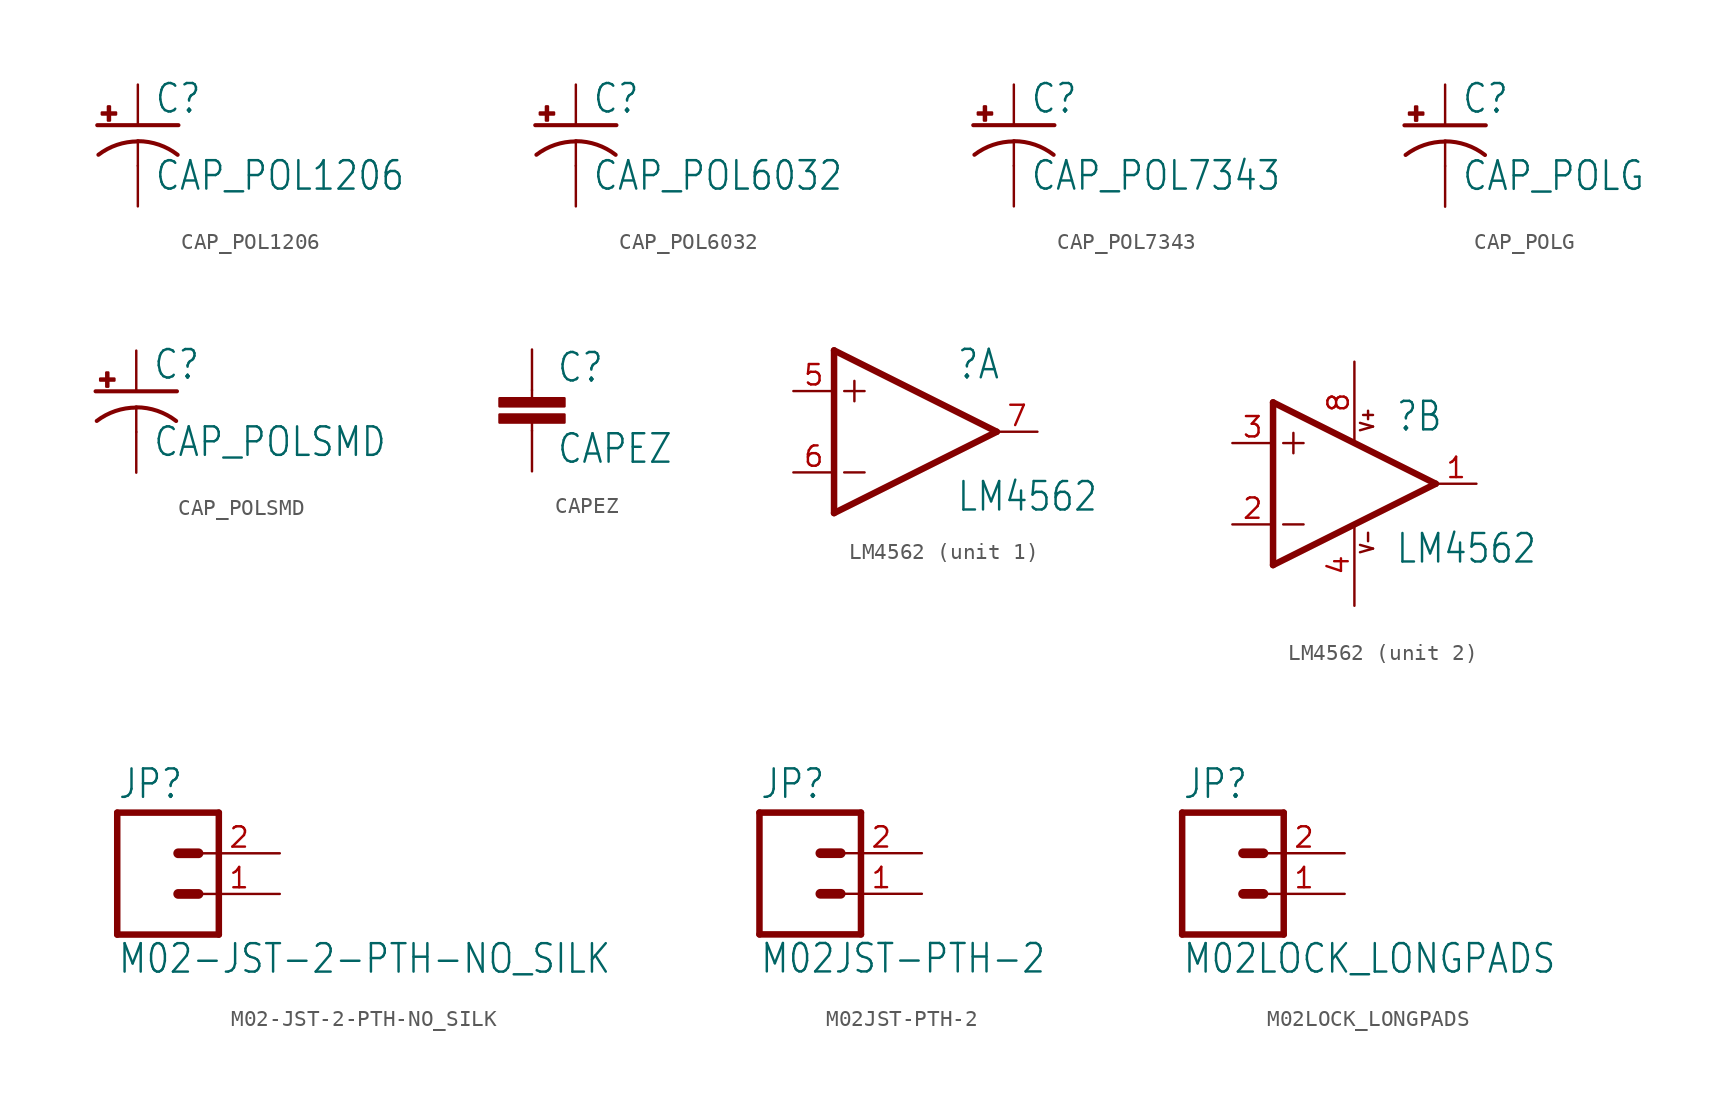
<source format=kicad_sym>
(kicad_symbol_lib
  (version 20211014)
  (generator kicad_symbol_editor)
  (symbol "CAP_POL1206"
    (property "Reference" "C"
      (at 1.016 0.635 0)
      (effects (font (size 1.778 1.511)) (justify left bottom)))
    (property "Value" "CAP_POL1206"
      (at 1.016 -4.191 0)
      (effects (font (size 1.778 1.511)) (justify left bottom)))
    (property "ki_locked" ""
      (at 0 0 0)
      (effects (font (size 1.27 1.27))))
    (symbol "CAP_POL1206_1_0"
      (rectangle (start -2.253 0.668) (end -1.364 0.795) (stroke (width 0) (type default) (color 0 0 0 0)) (fill (type outline)))
      (rectangle (start -1.872 0.287) (end -1.745 1.176) (stroke (width 0) (type default) (color 0 0 0 0)) (fill (type outline)))
      (arc (start 0 -1.0161) (mid -1.3021 -1.2302) (end -2.4669 -1.8504) (stroke (width 0.254) (type default) (color 0 0 0 0)) (fill (type none)))
      (polyline (pts (xy -2.54 0) (xy 2.54 0)) (stroke (width 0.254) (type default) (color 0 0 0 0)) (fill (type none)))
      (polyline (pts (xy 0 -1.016) (xy 0 -2.54)) (stroke (width 0.152) (type default) (color 0 0 0 0)) (fill (type none)))
      (arc (start 2.4892 -1.8542) (mid 1.3158 -1.2195) (end 0 -1) (stroke (width 0.254) (type default) (color 0 0 0 0)) (fill (type none)))
      (pin passive line (at 0 2.54 270) (length 2.54) (name "+" (effects (font (size 0 0)))) (number "A" (effects (font (size 0 0)))))
      (pin passive line (at 0 -5.08 90) (length 2.54) (name "-" (effects (font (size 0 0)))) (number "C" (effects (font (size 0 0)))))))
  (symbol "CAP_POL6032"
    (property "Reference" "C"
      (at 1.016 0.635 0)
      (effects (font (size 1.778 1.511)) (justify left bottom)))
    (property "Value" "CAP_POL6032"
      (at 1.016 -4.191 0)
      (effects (font (size 1.778 1.511)) (justify left bottom)))
    (property "ki_locked" ""
      (at 0 0 0)
      (effects (font (size 1.27 1.27))))
    (symbol "CAP_POL6032_1_0"
      (rectangle (start -2.253 0.668) (end -1.364 0.795) (stroke (width 0) (type default) (color 0 0 0 0)) (fill (type outline)))
      (rectangle (start -1.872 0.287) (end -1.745 1.176) (stroke (width 0) (type default) (color 0 0 0 0)) (fill (type outline)))
      (arc (start 0 -1.0161) (mid -1.3021 -1.2302) (end -2.4669 -1.8504) (stroke (width 0.254) (type default) (color 0 0 0 0)) (fill (type none)))
      (polyline (pts (xy -2.54 0) (xy 2.54 0)) (stroke (width 0.254) (type default) (color 0 0 0 0)) (fill (type none)))
      (polyline (pts (xy 0 -1.016) (xy 0 -2.54)) (stroke (width 0.152) (type default) (color 0 0 0 0)) (fill (type none)))
      (arc (start 2.4892 -1.8542) (mid 1.3158 -1.2195) (end 0 -1) (stroke (width 0.254) (type default) (color 0 0 0 0)) (fill (type none)))
      (pin passive line (at 0 2.54 270) (length 2.54) (name "+" (effects (font (size 0 0)))) (number "P$1" (effects (font (size 0 0)))))
      (pin passive line (at 0 -5.08 90) (length 2.54) (name "-" (effects (font (size 0 0)))) (number "P$2" (effects (font (size 0 0)))))))
  (symbol "CAP_POL7343"
    (property "Reference" "C"
      (at 1.016 0.635 0)
      (effects (font (size 1.778 1.511)) (justify left bottom)))
    (property "Value" "CAP_POL7343"
      (at 1.016 -4.191 0)
      (effects (font (size 1.778 1.511)) (justify left bottom)))
    (property "ki_locked" ""
      (at 0 0 0)
      (effects (font (size 1.27 1.27))))
    (symbol "CAP_POL7343_1_0"
      (rectangle (start -2.253 0.668) (end -1.364 0.795) (stroke (width 0) (type default) (color 0 0 0 0)) (fill (type outline)))
      (rectangle (start -1.872 0.287) (end -1.745 1.176) (stroke (width 0) (type default) (color 0 0 0 0)) (fill (type outline)))
      (arc (start 0 -1.0161) (mid -1.3021 -1.2302) (end -2.4669 -1.8504) (stroke (width 0.254) (type default) (color 0 0 0 0)) (fill (type none)))
      (polyline (pts (xy -2.54 0) (xy 2.54 0)) (stroke (width 0.254) (type default) (color 0 0 0 0)) (fill (type none)))
      (polyline (pts (xy 0 -1.016) (xy 0 -2.54)) (stroke (width 0.152) (type default) (color 0 0 0 0)) (fill (type none)))
      (arc (start 2.4892 -1.8542) (mid 1.3158 -1.2195) (end 0 -1) (stroke (width 0.254) (type default) (color 0 0 0 0)) (fill (type none)))
      (pin passive line (at 0 2.54 270) (length 2.54) (name "+" (effects (font (size 0 0)))) (number "A" (effects (font (size 0 0)))))
      (pin passive line (at 0 -5.08 90) (length 2.54) (name "-" (effects (font (size 0 0)))) (number "C" (effects (font (size 0 0)))))))
  (symbol "CAP_POLG"
    (property "Reference" "C"
      (at 1.016 0.635 0)
      (effects (font (size 1.778 1.511)) (justify left bottom)))
    (property "Value" "CAP_POLG"
      (at 1.016 -4.191 0)
      (effects (font (size 1.778 1.511)) (justify left bottom)))
    (property "ki_locked" ""
      (at 0 0 0)
      (effects (font (size 1.27 1.27))))
    (symbol "CAP_POLG_1_0"
      (rectangle (start -2.253 0.668) (end -1.364 0.795) (stroke (width 0) (type default) (color 0 0 0 0)) (fill (type outline)))
      (rectangle (start -1.872 0.287) (end -1.745 1.176) (stroke (width 0) (type default) (color 0 0 0 0)) (fill (type outline)))
      (arc (start 0 -1.0161) (mid -1.3021 -1.2302) (end -2.4669 -1.8504) (stroke (width 0.254) (type default) (color 0 0 0 0)) (fill (type none)))
      (polyline (pts (xy -2.54 0) (xy 2.54 0)) (stroke (width 0.254) (type default) (color 0 0 0 0)) (fill (type none)))
      (polyline (pts (xy 0 -1.016) (xy 0 -2.54)) (stroke (width 0.152) (type default) (color 0 0 0 0)) (fill (type none)))
      (arc (start 2.4892 -1.8542) (mid 1.3158 -1.2195) (end 0 -1) (stroke (width 0.254) (type default) (color 0 0 0 0)) (fill (type none)))
      (pin passive line (at 0 2.54 270) (length 2.54) (name "+" (effects (font (size 0 0)))) (number "+" (effects (font (size 0 0)))))
      (pin passive line (at 0 -5.08 90) (length 2.54) (name "-" (effects (font (size 0 0)))) (number "-" (effects (font (size 0 0)))))))
  (symbol "CAP_POLSMD"
    (property "Reference" "C"
      (at 1.016 0.635 0)
      (effects (font (size 1.778 1.511)) (justify left bottom)))
    (property "Value" "CAP_POLSMD"
      (at 1.016 -4.191 0)
      (effects (font (size 1.778 1.511)) (justify left bottom)))
    (property "ki_locked" ""
      (at 0 0 0)
      (effects (font (size 1.27 1.27))))
    (symbol "CAP_POLSMD_1_0"
      (rectangle (start -2.253 0.668) (end -1.364 0.795) (stroke (width 0) (type default) (color 0 0 0 0)) (fill (type outline)))
      (rectangle (start -1.872 0.287) (end -1.745 1.176) (stroke (width 0) (type default) (color 0 0 0 0)) (fill (type outline)))
      (arc (start 0 -1.0161) (mid -1.3021 -1.2302) (end -2.4669 -1.8504) (stroke (width 0.254) (type default) (color 0 0 0 0)) (fill (type none)))
      (polyline (pts (xy -2.54 0) (xy 2.54 0)) (stroke (width 0.254) (type default) (color 0 0 0 0)) (fill (type none)))
      (polyline (pts (xy 0 -1.016) (xy 0 -2.54)) (stroke (width 0.152) (type default) (color 0 0 0 0)) (fill (type none)))
      (arc (start 2.4892 -1.8542) (mid 1.3158 -1.2195) (end 0 -1) (stroke (width 0.254) (type default) (color 0 0 0 0)) (fill (type none)))
      (pin passive line (at 0 2.54 270) (length 2.54) (name "+" (effects (font (size 0 0)))) (number "+" (effects (font (size 0 0)))))
      (pin passive line (at 0 -5.08 90) (length 2.54) (name "-" (effects (font (size 0 0)))) (number "-" (effects (font (size 0 0)))))))
  (symbol "CAPEZ"
    (property "Reference" "C"
      (at 1.524 2.921 0)
      (effects (font (size 1.778 1.511)) (justify left bottom)))
    (property "Value" "CAPEZ"
      (at 1.524 -2.159 0)
      (effects (font (size 1.778 1.511)) (justify left bottom)))
    (property "ki_locked" ""
      (at 0 0 0)
      (effects (font (size 1.27 1.27))))
    (symbol "CAPEZ_1_0"
      (rectangle (start -2.032 0.508) (end 2.032 1.016) (stroke (width 0) (type default) (color 0 0 0 0)) (fill (type outline)))
      (rectangle (start -2.032 1.524) (end 2.032 2.032) (stroke (width 0) (type default) (color 0 0 0 0)) (fill (type outline)))
      (polyline (pts (xy 0 0) (xy 0 0.508)) (stroke (width 0.152) (type default) (color 0 0 0 0)) (fill (type none)))
      (polyline (pts (xy 0 2.54) (xy 0 2.032)) (stroke (width 0.152) (type default) (color 0 0 0 0)) (fill (type none)))
      (pin passive line (at 0 5.08 270) (length 2.54) (name "1" (effects (font (size 0 0)))) (number "1" (effects (font (size 0 0)))))
      (pin passive line (at 0 -2.54 90) (length 2.54) (name "2" (effects (font (size 0 0)))) (number "2" (effects (font (size 0 0)))))))
  (symbol "LM4562"
    (property "Reference" ""
      (at 2.54 3.175 0)
      (effects (font (size 1.778 1.511)) (justify left bottom)))
    (property "Value" "LM4562"
      (at 2.54 -5.08 0)
      (effects (font (size 1.778 1.511)) (justify left bottom)))
    (property "ki_locked" ""
      (at 0 0 0)
      (effects (font (size 1.27 1.27))))
    (symbol "LM4562_1_0"
      (polyline (pts (xy -5.08 -5.08) (xy 5.08 0)) (stroke (width 0.406) (type default) (color 0 0 0 0)) (fill (type none)))
      (polyline (pts (xy -5.08 5.08) (xy -5.08 -5.08)) (stroke (width 0.406) (type default) (color 0 0 0 0)) (fill (type none)))
      (polyline (pts (xy -4.445 -2.54) (xy -3.175 -2.54)) (stroke (width 0.152) (type default) (color 0 0 0 0)) (fill (type none)))
      (polyline (pts (xy -4.445 2.54) (xy -3.175 2.54)) (stroke (width 0.152) (type default) (color 0 0 0 0)) (fill (type none)))
      (polyline (pts (xy -3.81 3.175) (xy -3.81 1.905)) (stroke (width 0.152) (type default) (color 0 0 0 0)) (fill (type none)))
      (polyline (pts (xy 5.08 0) (xy -5.08 5.08)) (stroke (width 0.406) (type default) (color 0 0 0 0)) (fill (type none)))
      (pin input line (at -7.62 2.54 0) (length 2.54) (name "+IN" (effects (font (size 0 0)))) (number "5" (effects (font (size 1.27 1.27)))))
      (pin input line (at -7.62 -2.54 0) (length 2.54) (name "-IN" (effects (font (size 0 0)))) (number "6" (effects (font (size 1.27 1.27)))))
      (pin output line (at 7.62 0 180) (length 2.54) (name "OUT" (effects (font (size 0 0)))) (number "7" (effects (font (size 1.27 1.27))))))
    (symbol "LM4562_2_0"
      (polyline (pts (xy -5.08 -5.08) (xy 5.08 0)) (stroke (width 0.406) (type default) (color 0 0 0 0)) (fill (type none)))
      (polyline (pts (xy -5.08 5.08) (xy -5.08 -5.08)) (stroke (width 0.406) (type default) (color 0 0 0 0)) (fill (type none)))
      (polyline (pts (xy -4.445 -2.54) (xy -3.175 -2.54)) (stroke (width 0.152) (type default) (color 0 0 0 0)) (fill (type none)))
      (polyline (pts (xy -4.445 2.54) (xy -3.175 2.54)) (stroke (width 0.152) (type default) (color 0 0 0 0)) (fill (type none)))
      (polyline (pts (xy -3.81 3.175) (xy -3.81 1.905)) (stroke (width 0.152) (type default) (color 0 0 0 0)) (fill (type none)))
      (polyline (pts (xy 5.08 0) (xy -5.08 5.08)) (stroke (width 0.406) (type default) (color 0 0 0 0)) (fill (type none)))
      (text "V+" (at 1.27 3.175 900) (effects (font (size 0.813 0.691)) (justify left bottom)))
      (text "V-" (at 1.27 -4.445 900) (effects (font (size 0.813 0.691)) (justify left bottom)))
      (pin output line (at 7.62 0 180) (length 2.54) (name "OUT" (effects (font (size 0 0)))) (number "1" (effects (font (size 1.27 1.27)))))
      (pin input line (at -7.62 -2.54 0) (length 2.54) (name "-IN" (effects (font (size 0 0)))) (number "2" (effects (font (size 1.27 1.27)))))
      (pin input line (at -7.62 2.54 0) (length 2.54) (name "+IN" (effects (font (size 0 0)))) (number "3" (effects (font (size 1.27 1.27)))))
      (pin power_in line (at 0 -7.62 90) (length 5.08) (name "V-" (effects (font (size 0 0)))) (number "4" (effects (font (size 1.27 1.27)))))
      (pin power_in line (at 0 7.62 270) (length 5.08) (name "V+" (effects (font (size 0 0)))) (number "8" (effects (font (size 1.27 1.27)))))))
  (symbol "M02-JST-2-PTH-NO_SILK"
    (property "Reference" "JP"
      (at -2.54 5.842 0)
      (effects (font (size 1.778 1.511)) (justify left bottom)))
    (property "Value" "M02-JST-2-PTH-NO_SILK"
      (at -2.54 -5.08 0)
      (effects (font (size 1.778 1.511)) (justify left bottom)))
    (property "ki_locked" ""
      (at 0 0 0)
      (effects (font (size 1.27 1.27))))
    (symbol "M02-JST-2-PTH-NO_SILK_1_0"
      (polyline (pts (xy -2.54 5.08) (xy -2.54 -2.54)) (stroke (width 0.406) (type default) (color 0 0 0 0)) (fill (type none)))
      (polyline (pts (xy -2.54 5.08) (xy 3.81 5.08)) (stroke (width 0.406) (type default) (color 0 0 0 0)) (fill (type none)))
      (polyline (pts (xy 1.27 0) (xy 2.54 0)) (stroke (width 0.61) (type default) (color 0 0 0 0)) (fill (type none)))
      (polyline (pts (xy 1.27 2.54) (xy 2.54 2.54)) (stroke (width 0.61) (type default) (color 0 0 0 0)) (fill (type none)))
      (polyline (pts (xy 3.81 -2.54) (xy -2.54 -2.54)) (stroke (width 0.406) (type default) (color 0 0 0 0)) (fill (type none)))
      (polyline (pts (xy 3.81 -2.54) (xy 3.81 5.08)) (stroke (width 0.406) (type default) (color 0 0 0 0)) (fill (type none)))
      (pin passive line (at 7.62 0 180) (length 5.08) (name "1" (effects (font (size 0 0)))) (number "1" (effects (font (size 1.27 1.27)))))
      (pin passive line (at 7.62 2.54 180) (length 5.08) (name "2" (effects (font (size 0 0)))) (number "2" (effects (font (size 1.27 1.27)))))))
  (symbol "M02JST-PTH-2"
    (property "Reference" "JP"
      (at -2.54 5.842 0)
      (effects (font (size 1.778 1.511)) (justify left bottom)))
    (property "Value" "M02JST-PTH-2"
      (at -2.54 -5.08 0)
      (effects (font (size 1.778 1.511)) (justify left bottom)))
    (property "ki_locked" ""
      (at 0 0 0)
      (effects (font (size 1.27 1.27))))
    (symbol "M02JST-PTH-2_1_0"
      (polyline (pts (xy -2.54 5.08) (xy -2.54 -2.54)) (stroke (width 0.406) (type default) (color 0 0 0 0)) (fill (type none)))
      (polyline (pts (xy -2.54 5.08) (xy 3.81 5.08)) (stroke (width 0.406) (type default) (color 0 0 0 0)) (fill (type none)))
      (polyline (pts (xy 1.27 0) (xy 2.54 0)) (stroke (width 0.61) (type default) (color 0 0 0 0)) (fill (type none)))
      (polyline (pts (xy 1.27 2.54) (xy 2.54 2.54)) (stroke (width 0.61) (type default) (color 0 0 0 0)) (fill (type none)))
      (polyline (pts (xy 3.81 -2.54) (xy -2.54 -2.54)) (stroke (width 0.406) (type default) (color 0 0 0 0)) (fill (type none)))
      (polyline (pts (xy 3.81 -2.54) (xy 3.81 5.08)) (stroke (width 0.406) (type default) (color 0 0 0 0)) (fill (type none)))
      (pin passive line (at 7.62 0 180) (length 5.08) (name "1" (effects (font (size 0 0)))) (number "1" (effects (font (size 1.27 1.27)))))
      (pin passive line (at 7.62 2.54 180) (length 5.08) (name "2" (effects (font (size 0 0)))) (number "2" (effects (font (size 1.27 1.27)))))))
  (symbol "M02LOCK_LONGPADS"
    (property "Reference" "JP"
      (at -2.54 5.842 0)
      (effects (font (size 1.778 1.511)) (justify left bottom)))
    (property "Value" "M02LOCK_LONGPADS"
      (at -2.54 -5.08 0)
      (effects (font (size 1.778 1.511)) (justify left bottom)))
    (property "ki_locked" ""
      (at 0 0 0)
      (effects (font (size 1.27 1.27))))
    (symbol "M02LOCK_LONGPADS_1_0"
      (polyline (pts (xy -2.54 5.08) (xy -2.54 -2.54)) (stroke (width 0.406) (type default) (color 0 0 0 0)) (fill (type none)))
      (polyline (pts (xy -2.54 5.08) (xy 3.81 5.08)) (stroke (width 0.406) (type default) (color 0 0 0 0)) (fill (type none)))
      (polyline (pts (xy 1.27 0) (xy 2.54 0)) (stroke (width 0.61) (type default) (color 0 0 0 0)) (fill (type none)))
      (polyline (pts (xy 1.27 2.54) (xy 2.54 2.54)) (stroke (width 0.61) (type default) (color 0 0 0 0)) (fill (type none)))
      (polyline (pts (xy 3.81 -2.54) (xy -2.54 -2.54)) (stroke (width 0.406) (type default) (color 0 0 0 0)) (fill (type none)))
      (polyline (pts (xy 3.81 -2.54) (xy 3.81 5.08)) (stroke (width 0.406) (type default) (color 0 0 0 0)) (fill (type none)))
      (pin passive line (at 7.62 0 180) (length 5.08) (name "1" (effects (font (size 0 0)))) (number "1" (effects (font (size 1.27 1.27)))))
      (pin passive line (at 7.62 2.54 180) (length 5.08) (name "2" (effects (font (size 0 0)))) (number "2" (effects (font (size 1.27 1.27))))))))
</source>
